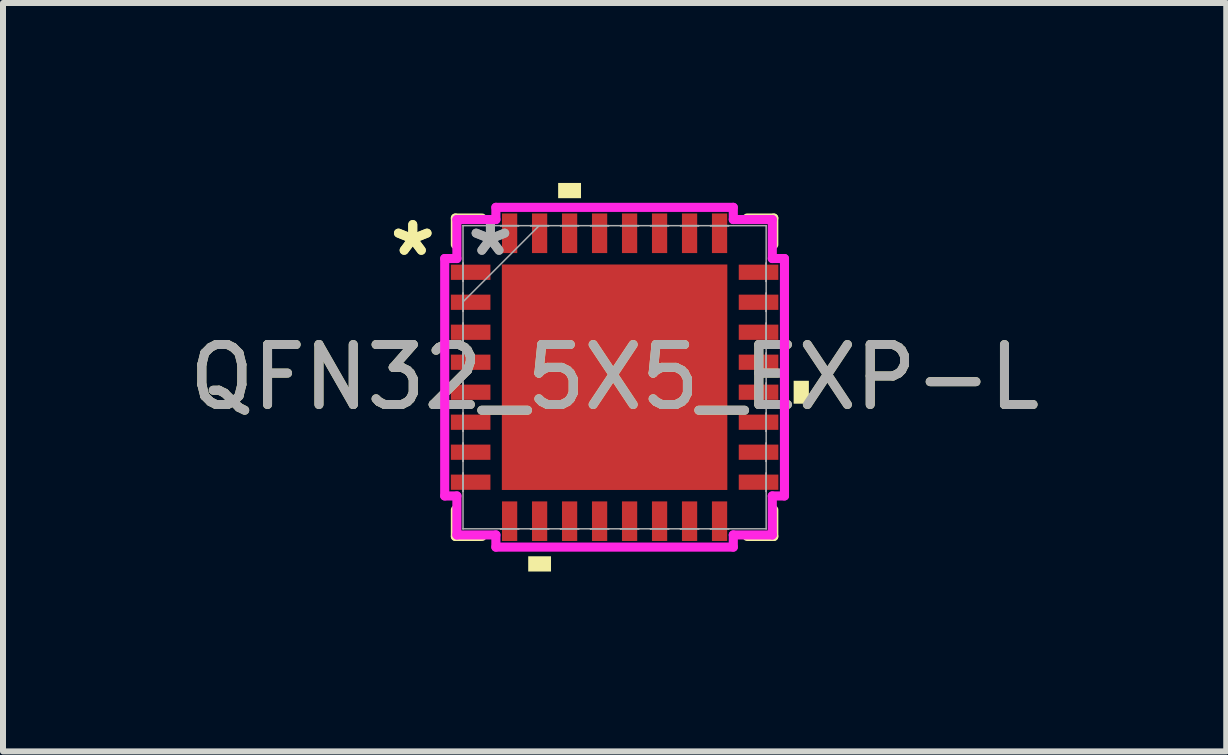
<source format=kicad_pcb>
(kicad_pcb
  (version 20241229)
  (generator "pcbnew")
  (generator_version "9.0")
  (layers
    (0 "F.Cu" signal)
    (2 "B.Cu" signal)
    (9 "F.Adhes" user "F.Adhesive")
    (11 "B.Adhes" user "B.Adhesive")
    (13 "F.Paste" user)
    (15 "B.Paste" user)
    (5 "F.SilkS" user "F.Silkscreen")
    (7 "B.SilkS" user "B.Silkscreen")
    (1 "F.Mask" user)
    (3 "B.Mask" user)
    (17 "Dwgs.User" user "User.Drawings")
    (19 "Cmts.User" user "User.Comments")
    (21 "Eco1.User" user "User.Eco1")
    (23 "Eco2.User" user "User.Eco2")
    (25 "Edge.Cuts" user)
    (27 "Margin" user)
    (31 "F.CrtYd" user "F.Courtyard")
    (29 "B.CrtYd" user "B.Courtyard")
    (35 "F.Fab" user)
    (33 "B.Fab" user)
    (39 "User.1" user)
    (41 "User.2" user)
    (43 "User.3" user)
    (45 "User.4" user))
  (footprint "QFN32_5X5_EXP-L"
    (layer "F.Cu")
    (at 7.196 3.239)
    (property "Reference" "QFN32_5X5_EXP-L" (at 0 0 0) (unlocked yes) (layer "F.SilkS") (effects (font (size 1 1) (thickness 0.15))))
    (attr smd)
    (fp_line (start -2.654 -2.654) (end -2.654 -2.21) (stroke (width 0.152) (type solid)) (layer "F.SilkS"))
    (fp_line (start -2.654 2.21) (end -2.654 2.654) (stroke (width 0.152) (type solid)) (layer "F.SilkS"))
    (fp_line (start -2.654 2.654) (end -2.21 2.654) (stroke (width 0.152) (type solid)) (layer "F.SilkS"))
    (fp_line (start -2.21 -2.654) (end -2.654 -2.654) (stroke (width 0.152) (type solid)) (layer "F.SilkS"))
    (fp_line (start 2.21 2.654) (end 2.654 2.654) (stroke (width 0.152) (type solid)) (layer "F.SilkS"))
    (fp_line (start 2.654 -2.654) (end 2.21 -2.654) (stroke (width 0.152) (type solid)) (layer "F.SilkS"))
    (fp_line (start 2.654 -2.21) (end 2.654 -2.654) (stroke (width 0.152) (type solid)) (layer "F.SilkS"))
    (fp_line (start 2.654 2.654) (end 2.654 2.21) (stroke (width 0.152) (type solid)) (layer "F.SilkS"))
    (fp_poly (pts (xy -1.44 2.985) (xy -1.44 3.239) (xy -1.06 3.239) (xy -1.06 2.985)) (stroke (width 0) (type solid)) (fill yes) (layer "F.SilkS"))
    (fp_poly (pts (xy -0.941 -2.985) (xy -0.941 -3.239) (xy -0.56 -3.239) (xy -0.56 -2.985)) (stroke (width 0) (type solid)) (fill yes) (layer "F.SilkS"))
    (fp_poly (pts (xy 3.239 0.059) (xy 3.239 0.441) (xy 2.985 0.441) (xy 2.985 0.059)) (stroke (width 0) (type solid)) (fill yes) (layer "F.SilkS"))
    (fp_poly (pts (xy -1.78 -1.78) (xy -1.78 -0.1) (xy -0.1 -0.1) (xy -0.1 -1.78)) (stroke (width 0) (type solid)) (fill yes) (layer "F.Paste"))
    (fp_poly (pts (xy -1.78 0.1) (xy -1.78 1.78) (xy -0.1 1.78) (xy -0.1 0.1)) (stroke (width 0) (type solid)) (fill yes) (layer "F.Paste"))
    (fp_poly (pts (xy 0.1 -1.78) (xy 0.1 -0.1) (xy 1.78 -0.1) (xy 1.78 -1.78)) (stroke (width 0) (type solid)) (fill yes) (layer "F.Paste"))
    (fp_poly (pts (xy 0.1 0.1) (xy 0.1 1.78) (xy 1.78 1.78) (xy 1.78 0.1)) (stroke (width 0) (type solid)) (fill yes) (layer "F.Paste"))
    (fp_line (start -2.832 -1.979) (end -2.629 -1.979) (stroke (width 0.152) (type solid)) (layer "F.CrtYd"))
    (fp_line (start -2.832 1.979) (end -2.832 -1.979) (stroke (width 0.152) (type solid)) (layer "F.CrtYd"))
    (fp_line (start -2.629 -2.629) (end -1.979 -2.629) (stroke (width 0.152) (type solid)) (layer "F.CrtYd"))
    (fp_line (start -2.629 -1.979) (end -2.629 -2.629) (stroke (width 0.152) (type solid)) (layer "F.CrtYd"))
    (fp_line (start -2.629 1.979) (end -2.832 1.979) (stroke (width 0.152) (type solid)) (layer "F.CrtYd"))
    (fp_line (start -2.629 2.629) (end -2.629 1.979) (stroke (width 0.152) (type solid)) (layer "F.CrtYd"))
    (fp_line (start -1.979 -2.832) (end 1.979 -2.832) (stroke (width 0.152) (type solid)) (layer "F.CrtYd"))
    (fp_line (start -1.979 -2.629) (end -1.979 -2.832) (stroke (width 0.152) (type solid)) (layer "F.CrtYd"))
    (fp_line (start -1.979 2.629) (end -2.629 2.629) (stroke (width 0.152) (type solid)) (layer "F.CrtYd"))
    (fp_line (start -1.979 2.832) (end -1.979 2.629) (stroke (width 0.152) (type solid)) (layer "F.CrtYd"))
    (fp_line (start 1.979 -2.832) (end 1.979 -2.629) (stroke (width 0.152) (type solid)) (layer "F.CrtYd"))
    (fp_line (start 1.979 -2.629) (end 2.629 -2.629) (stroke (width 0.152) (type solid)) (layer "F.CrtYd"))
    (fp_line (start 1.979 2.629) (end 1.979 2.832) (stroke (width 0.152) (type solid)) (layer "F.CrtYd"))
    (fp_line (start 1.979 2.832) (end -1.979 2.832) (stroke (width 0.152) (type solid)) (layer "F.CrtYd"))
    (fp_line (start 2.629 -2.629) (end 2.629 -1.979) (stroke (width 0.152) (type solid)) (layer "F.CrtYd"))
    (fp_line (start 2.629 -1.979) (end 2.832 -1.979) (stroke (width 0.152) (type solid)) (layer "F.CrtYd"))
    (fp_line (start 2.629 1.979) (end 2.629 2.629) (stroke (width 0.152) (type solid)) (layer "F.CrtYd"))
    (fp_line (start 2.629 2.629) (end 1.979 2.629) (stroke (width 0.152) (type solid)) (layer "F.CrtYd"))
    (fp_line (start 2.832 -1.979) (end 2.832 1.979) (stroke (width 0.152) (type solid)) (layer "F.CrtYd"))
    (fp_line (start 2.832 1.979) (end 2.629 1.979) (stroke (width 0.152) (type solid)) (layer "F.CrtYd"))
    (fp_line (start -2.527 -2.527) (end -2.527 -2.527) (stroke (width 0.025) (type solid)) (layer "F.Fab"))
    (fp_line (start -2.527 -2.527) (end -2.527 2.527) (stroke (width 0.025) (type solid)) (layer "F.Fab"))
    (fp_line (start -2.527 -1.902) (end -2.527 -1.902) (stroke (width 0.025) (type solid)) (layer "F.Fab"))
    (fp_line (start -2.527 -1.902) (end -2.527 -1.598) (stroke (width 0.025) (type solid)) (layer "F.Fab"))
    (fp_line (start -2.527 -1.598) (end -2.527 -1.902) (stroke (width 0.025) (type solid)) (layer "F.Fab"))
    (fp_line (start -2.527 -1.598) (end -2.527 -1.598) (stroke (width 0.025) (type solid)) (layer "F.Fab"))
    (fp_line (start -2.527 -1.402) (end -2.527 -1.402) (stroke (width 0.025) (type solid)) (layer "F.Fab"))
    (fp_line (start -2.527 -1.402) (end -2.527 -1.098) (stroke (width 0.025) (type solid)) (layer "F.Fab"))
    (fp_line (start -2.527 -1.257) (end -1.257 -2.527) (stroke (width 0.025) (type solid)) (layer "F.Fab"))
    (fp_line (start -2.527 -1.098) (end -2.527 -1.402) (stroke (width 0.025) (type solid)) (layer "F.Fab"))
    (fp_line (start -2.527 -1.098) (end -2.527 -1.098) (stroke (width 0.025) (type solid)) (layer "F.Fab"))
    (fp_line (start -2.527 -0.902) (end -2.527 -0.902) (stroke (width 0.025) (type solid)) (layer "F.Fab"))
    (fp_line (start -2.527 -0.902) (end -2.527 -0.598) (stroke (width 0.025) (type solid)) (layer "F.Fab"))
    (fp_line (start -2.527 -0.598) (end -2.527 -0.902) (stroke (width 0.025) (type solid)) (layer "F.Fab"))
    (fp_line (start -2.527 -0.598) (end -2.527 -0.598) (stroke (width 0.025) (type solid)) (layer "F.Fab"))
    (fp_line (start -2.527 -0.402) (end -2.527 -0.402) (stroke (width 0.025) (type solid)) (layer "F.Fab"))
    (fp_line (start -2.527 -0.402) (end -2.527 -0.098) (stroke (width 0.025) (type solid)) (layer "F.Fab"))
    (fp_line (start -2.527 -0.098) (end -2.527 -0.402) (stroke (width 0.025) (type solid)) (layer "F.Fab"))
    (fp_line (start -2.527 -0.098) (end -2.527 -0.098) (stroke (width 0.025) (type solid)) (layer "F.Fab"))
    (fp_line (start -2.527 0.098) (end -2.527 0.098) (stroke (width 0.025) (type solid)) (layer "F.Fab"))
    (fp_line (start -2.527 0.098) (end -2.527 0.402) (stroke (width 0.025) (type solid)) (layer "F.Fab"))
    (fp_line (start -2.527 0.402) (end -2.527 0.098) (stroke (width 0.025) (type solid)) (layer "F.Fab"))
    (fp_line (start -2.527 0.402) (end -2.527 0.402) (stroke (width 0.025) (type solid)) (layer "F.Fab"))
    (fp_line (start -2.527 0.598) (end -2.527 0.598) (stroke (width 0.025) (type solid)) (layer "F.Fab"))
    (fp_line (start -2.527 0.598) (end -2.527 0.902) (stroke (width 0.025) (type solid)) (layer "F.Fab"))
    (fp_line (start -2.527 0.902) (end -2.527 0.598) (stroke (width 0.025) (type solid)) (layer "F.Fab"))
    (fp_line (start -2.527 0.902) (end -2.527 0.902) (stroke (width 0.025) (type solid)) (layer "F.Fab"))
    (fp_line (start -2.527 1.098) (end -2.527 1.098) (stroke (width 0.025) (type solid)) (layer "F.Fab"))
    (fp_line (start -2.527 1.098) (end -2.527 1.402) (stroke (width 0.025) (type solid)) (layer "F.Fab"))
    (fp_line (start -2.527 1.402) (end -2.527 1.098) (stroke (width 0.025) (type solid)) (layer "F.Fab"))
    (fp_line (start -2.527 1.402) (end -2.527 1.402) (stroke (width 0.025) (type solid)) (layer "F.Fab"))
    (fp_line (start -2.527 1.598) (end -2.527 1.598) (stroke (width 0.025) (type solid)) (layer "F.Fab"))
    (fp_line (start -2.527 1.598) (end -2.527 1.902) (stroke (width 0.025) (type solid)) (layer "F.Fab"))
    (fp_line (start -2.527 1.902) (end -2.527 1.598) (stroke (width 0.025) (type solid)) (layer "F.Fab"))
    (fp_line (start -2.527 1.902) (end -2.527 1.902) (stroke (width 0.025) (type solid)) (layer "F.Fab"))
    (fp_line (start -2.527 2.527) (end -2.527 2.527) (stroke (width 0.025) (type solid)) (layer "F.Fab"))
    (fp_line (start -2.527 2.527) (end 2.527 2.527) (stroke (width 0.025) (type solid)) (layer "F.Fab"))
    (fp_line (start -1.902 -2.527) (end -1.902 -2.527) (stroke (width 0.025) (type solid)) (layer "F.Fab"))
    (fp_line (start -1.902 -2.527) (end -1.598 -2.527) (stroke (width 0.025) (type solid)) (layer "F.Fab"))
    (fp_line (start -1.902 2.527) (end -1.902 2.527) (stroke (width 0.025) (type solid)) (layer "F.Fab"))
    (fp_line (start -1.902 2.527) (end -1.598 2.527) (stroke (width 0.025) (type solid)) (layer "F.Fab"))
    (fp_line (start -1.598 -2.527) (end -1.902 -2.527) (stroke (width 0.025) (type solid)) (layer "F.Fab"))
    (fp_line (start -1.598 -2.527) (end -1.598 -2.527) (stroke (width 0.025) (type solid)) (layer "F.Fab"))
    (fp_line (start -1.598 2.527) (end -1.902 2.527) (stroke (width 0.025) (type solid)) (layer "F.Fab"))
    (fp_line (start -1.598 2.527) (end -1.598 2.527) (stroke (width 0.025) (type solid)) (layer "F.Fab"))
    (fp_line (start -1.402 -2.527) (end -1.402 -2.527) (stroke (width 0.025) (type solid)) (layer "F.Fab"))
    (fp_line (start -1.402 -2.527) (end -1.098 -2.527) (stroke (width 0.025) (type solid)) (layer "F.Fab"))
    (fp_line (start -1.402 2.527) (end -1.402 2.527) (stroke (width 0.025) (type solid)) (layer "F.Fab"))
    (fp_line (start -1.402 2.527) (end -1.098 2.527) (stroke (width 0.025) (type solid)) (layer "F.Fab"))
    (fp_line (start -1.098 -2.527) (end -1.402 -2.527) (stroke (width 0.025) (type solid)) (layer "F.Fab"))
    (fp_line (start -1.098 -2.527) (end -1.098 -2.527) (stroke (width 0.025) (type solid)) (layer "F.Fab"))
    (fp_line (start -1.098 2.527) (end -1.402 2.527) (stroke (width 0.025) (type solid)) (layer "F.Fab"))
    (fp_line (start -1.098 2.527) (end -1.098 2.527) (stroke (width 0.025) (type solid)) (layer "F.Fab"))
    (fp_line (start -0.902 -2.527) (end -0.902 -2.527) (stroke (width 0.025) (type solid)) (layer "F.Fab"))
    (fp_line (start -0.902 -2.527) (end -0.598 -2.527) (stroke (width 0.025) (type solid)) (layer "F.Fab"))
    (fp_line (start -0.902 2.527) (end -0.902 2.527) (stroke (width 0.025) (type solid)) (layer "F.Fab"))
    (fp_line (start -0.902 2.527) (end -0.598 2.527) (stroke (width 0.025) (type solid)) (layer "F.Fab"))
    (fp_line (start -0.598 -2.527) (end -0.902 -2.527) (stroke (width 0.025) (type solid)) (layer "F.Fab"))
    (fp_line (start -0.598 -2.527) (end -0.598 -2.527) (stroke (width 0.025) (type solid)) (layer "F.Fab"))
    (fp_line (start -0.598 2.527) (end -0.902 2.527) (stroke (width 0.025) (type solid)) (layer "F.Fab"))
    (fp_line (start -0.598 2.527) (end -0.598 2.527) (stroke (width 0.025) (type solid)) (layer "F.Fab"))
    (fp_line (start -0.402 -2.527) (end -0.402 -2.527) (stroke (width 0.025) (type solid)) (layer "F.Fab"))
    (fp_line (start -0.402 -2.527) (end -0.098 -2.527) (stroke (width 0.025) (type solid)) (layer "F.Fab"))
    (fp_line (start -0.402 2.527) (end -0.402 2.527) (stroke (width 0.025) (type solid)) (layer "F.Fab"))
    (fp_line (start -0.402 2.527) (end -0.098 2.527) (stroke (width 0.025) (type solid)) (layer "F.Fab"))
    (fp_line (start -0.098 -2.527) (end -0.402 -2.527) (stroke (width 0.025) (type solid)) (layer "F.Fab"))
    (fp_line (start -0.098 -2.527) (end -0.098 -2.527) (stroke (width 0.025) (type solid)) (layer "F.Fab"))
    (fp_line (start -0.098 2.527) (end -0.402 2.527) (stroke (width 0.025) (type solid)) (layer "F.Fab"))
    (fp_line (start -0.098 2.527) (end -0.098 2.527) (stroke (width 0.025) (type solid)) (layer "F.Fab"))
    (fp_line (start 0.098 -2.527) (end 0.098 -2.527) (stroke (width 0.025) (type solid)) (layer "F.Fab"))
    (fp_line (start 0.098 -2.527) (end 0.402 -2.527) (stroke (width 0.025) (type solid)) (layer "F.Fab"))
    (fp_line (start 0.098 2.527) (end 0.098 2.527) (stroke (width 0.025) (type solid)) (layer "F.Fab"))
    (fp_line (start 0.098 2.527) (end 0.402 2.527) (stroke (width 0.025) (type solid)) (layer "F.Fab"))
    (fp_line (start 0.402 -2.527) (end 0.098 -2.527) (stroke (width 0.025) (type solid)) (layer "F.Fab"))
    (fp_line (start 0.402 -2.527) (end 0.402 -2.527) (stroke (width 0.025) (type solid)) (layer "F.Fab"))
    (fp_line (start 0.402 2.527) (end 0.098 2.527) (stroke (width 0.025) (type solid)) (layer "F.Fab"))
    (fp_line (start 0.402 2.527) (end 0.402 2.527) (stroke (width 0.025) (type solid)) (layer "F.Fab"))
    (fp_line (start 0.598 -2.527) (end 0.598 -2.527) (stroke (width 0.025) (type solid)) (layer "F.Fab"))
    (fp_line (start 0.598 -2.527) (end 0.902 -2.527) (stroke (width 0.025) (type solid)) (layer "F.Fab"))
    (fp_line (start 0.598 2.527) (end 0.598 2.527) (stroke (width 0.025) (type solid)) (layer "F.Fab"))
    (fp_line (start 0.598 2.527) (end 0.902 2.527) (stroke (width 0.025) (type solid)) (layer "F.Fab"))
    (fp_line (start 0.902 -2.527) (end 0.598 -2.527) (stroke (width 0.025) (type solid)) (layer "F.Fab"))
    (fp_line (start 0.902 -2.527) (end 0.902 -2.527) (stroke (width 0.025) (type solid)) (layer "F.Fab"))
    (fp_line (start 0.902 2.527) (end 0.598 2.527) (stroke (width 0.025) (type solid)) (layer "F.Fab"))
    (fp_line (start 0.902 2.527) (end 0.902 2.527) (stroke (width 0.025) (type solid)) (layer "F.Fab"))
    (fp_line (start 1.098 -2.527) (end 1.098 -2.527) (stroke (width 0.025) (type solid)) (layer "F.Fab"))
    (fp_line (start 1.098 -2.527) (end 1.402 -2.527) (stroke (width 0.025) (type solid)) (layer "F.Fab"))
    (fp_line (start 1.098 2.527) (end 1.098 2.527) (stroke (width 0.025) (type solid)) (layer "F.Fab"))
    (fp_line (start 1.098 2.527) (end 1.402 2.527) (stroke (width 0.025) (type solid)) (layer "F.Fab"))
    (fp_line (start 1.402 -2.527) (end 1.098 -2.527) (stroke (width 0.025) (type solid)) (layer "F.Fab"))
    (fp_line (start 1.402 -2.527) (end 1.402 -2.527) (stroke (width 0.025) (type solid)) (layer "F.Fab"))
    (fp_line (start 1.402 2.527) (end 1.098 2.527) (stroke (width 0.025) (type solid)) (layer "F.Fab"))
    (fp_line (start 1.402 2.527) (end 1.402 2.527) (stroke (width 0.025) (type solid)) (layer "F.Fab"))
    (fp_line (start 1.598 -2.527) (end 1.598 -2.527) (stroke (width 0.025) (type solid)) (layer "F.Fab"))
    (fp_line (start 1.598 -2.527) (end 1.902 -2.527) (stroke (width 0.025) (type solid)) (layer "F.Fab"))
    (fp_line (start 1.598 2.527) (end 1.598 2.527) (stroke (width 0.025) (type solid)) (layer "F.Fab"))
    (fp_line (start 1.598 2.527) (end 1.902 2.527) (stroke (width 0.025) (type solid)) (layer "F.Fab"))
    (fp_line (start 1.902 -2.527) (end 1.598 -2.527) (stroke (width 0.025) (type solid)) (layer "F.Fab"))
    (fp_line (start 1.902 -2.527) (end 1.902 -2.527) (stroke (width 0.025) (type solid)) (layer "F.Fab"))
    (fp_line (start 1.902 2.527) (end 1.598 2.527) (stroke (width 0.025) (type solid)) (layer "F.Fab"))
    (fp_line (start 1.902 2.527) (end 1.902 2.527) (stroke (width 0.025) (type solid)) (layer "F.Fab"))
    (fp_line (start 2.527 -2.527) (end -2.527 -2.527) (stroke (width 0.025) (type solid)) (layer "F.Fab"))
    (fp_line (start 2.527 -2.527) (end 2.527 -2.527) (stroke (width 0.025) (type solid)) (layer "F.Fab"))
    (fp_line (start 2.527 -1.902) (end 2.527 -1.902) (stroke (width 0.025) (type solid)) (layer "F.Fab"))
    (fp_line (start 2.527 -1.902) (end 2.527 -1.598) (stroke (width 0.025) (type solid)) (layer "F.Fab"))
    (fp_line (start 2.527 -1.598) (end 2.527 -1.902) (stroke (width 0.025) (type solid)) (layer "F.Fab"))
    (fp_line (start 2.527 -1.598) (end 2.527 -1.598) (stroke (width 0.025) (type solid)) (layer "F.Fab"))
    (fp_line (start 2.527 -1.402) (end 2.527 -1.402) (stroke (width 0.025) (type solid)) (layer "F.Fab"))
    (fp_line (start 2.527 -1.402) (end 2.527 -1.098) (stroke (width 0.025) (type solid)) (layer "F.Fab"))
    (fp_line (start 2.527 -1.098) (end 2.527 -1.402) (stroke (width 0.025) (type solid)) (layer "F.Fab"))
    (fp_line (start 2.527 -1.098) (end 2.527 -1.098) (stroke (width 0.025) (type solid)) (layer "F.Fab"))
    (fp_line (start 2.527 -0.902) (end 2.527 -0.902) (stroke (width 0.025) (type solid)) (layer "F.Fab"))
    (fp_line (start 2.527 -0.902) (end 2.527 -0.598) (stroke (width 0.025) (type solid)) (layer "F.Fab"))
    (fp_line (start 2.527 -0.598) (end 2.527 -0.902) (stroke (width 0.025) (type solid)) (layer "F.Fab"))
    (fp_line (start 2.527 -0.598) (end 2.527 -0.598) (stroke (width 0.025) (type solid)) (layer "F.Fab"))
    (fp_line (start 2.527 -0.402) (end 2.527 -0.402) (stroke (width 0.025) (type solid)) (layer "F.Fab"))
    (fp_line (start 2.527 -0.402) (end 2.527 -0.098) (stroke (width 0.025) (type solid)) (layer "F.Fab"))
    (fp_line (start 2.527 -0.098) (end 2.527 -0.402) (stroke (width 0.025) (type solid)) (layer "F.Fab"))
    (fp_line (start 2.527 -0.098) (end 2.527 -0.098) (stroke (width 0.025) (type solid)) (layer "F.Fab"))
    (fp_line (start 2.527 0.098) (end 2.527 0.098) (stroke (width 0.025) (type solid)) (layer "F.Fab"))
    (fp_line (start 2.527 0.098) (end 2.527 0.402) (stroke (width 0.025) (type solid)) (layer "F.Fab"))
    (fp_line (start 2.527 0.402) (end 2.527 0.098) (stroke (width 0.025) (type solid)) (layer "F.Fab"))
    (fp_line (start 2.527 0.402) (end 2.527 0.402) (stroke (width 0.025) (type solid)) (layer "F.Fab"))
    (fp_line (start 2.527 0.598) (end 2.527 0.598) (stroke (width 0.025) (type solid)) (layer "F.Fab"))
    (fp_line (start 2.527 0.598) (end 2.527 0.902) (stroke (width 0.025) (type solid)) (layer "F.Fab"))
    (fp_line (start 2.527 0.902) (end 2.527 0.598) (stroke (width 0.025) (type solid)) (layer "F.Fab"))
    (fp_line (start 2.527 0.902) (end 2.527 0.902) (stroke (width 0.025) (type solid)) (layer "F.Fab"))
    (fp_line (start 2.527 1.098) (end 2.527 1.098) (stroke (width 0.025) (type solid)) (layer "F.Fab"))
    (fp_line (start 2.527 1.098) (end 2.527 1.402) (stroke (width 0.025) (type solid)) (layer "F.Fab"))
    (fp_line (start 2.527 1.402) (end 2.527 1.098) (stroke (width 0.025) (type solid)) (layer "F.Fab"))
    (fp_line (start 2.527 1.402) (end 2.527 1.402) (stroke (width 0.025) (type solid)) (layer "F.Fab"))
    (fp_line (start 2.527 1.598) (end 2.527 1.598) (stroke (width 0.025) (type solid)) (layer "F.Fab"))
    (fp_line (start 2.527 1.598) (end 2.527 1.902) (stroke (width 0.025) (type solid)) (layer "F.Fab"))
    (fp_line (start 2.527 1.902) (end 2.527 1.598) (stroke (width 0.025) (type solid)) (layer "F.Fab"))
    (fp_line (start 2.527 1.902) (end 2.527 1.902) (stroke (width 0.025) (type solid)) (layer "F.Fab"))
    (fp_line (start 2.527 2.527) (end 2.527 -2.527) (stroke (width 0.025) (type solid)) (layer "F.Fab"))
    (fp_line (start 2.527 2.527) (end 2.527 2.527) (stroke (width 0.025) (type solid)) (layer "F.Fab"))
    (fp_text user "*" (at -3.365 -2 0) (unlocked yes) (layer "F.SilkS") (effects (font (size 1 1) (thickness 0.15))))
    (fp_text user "*" (at -3.365 -2 0) (layer "F.SilkS") (effects (font (size 1 1) (thickness 0.15))))
    (fp_text user "*" (at -2.07 -2 0) (layer "F.Fab") (effects (font (size 1 1) (thickness 0.15))))
    (fp_text user "*" (at -2.07 -2 0) (unlocked yes) (layer "F.Fab") (effects (font (size 1 1) (thickness 0.15))))
    (fp_text user "${REFERENCE}" (at 0 0 0) (unlocked yes) (layer "F.Fab") (effects (font (size 1 1) (thickness 0.15))))
    (pad "1" smd rect (at -2.4 -1.75 90) (size 0.254 0.66) (layers "F.Cu" "F.Mask" "F.Paste"))
    (pad "2" smd rect (at -2.4 -1.25 90) (size 0.254 0.66) (layers "F.Cu" "F.Mask" "F.Paste"))
    (pad "3" smd rect (at -2.4 -0.75 90) (size 0.254 0.66) (layers "F.Cu" "F.Mask" "F.Paste"))
    (pad "4" smd rect (at -2.4 -0.25 90) (size 0.254 0.66) (layers "F.Cu" "F.Mask" "F.Paste"))
    (pad "5" smd rect (at -2.4 0.25 90) (size 0.254 0.66) (layers "F.Cu" "F.Mask" "F.Paste"))
    (pad "6" smd rect (at -2.4 0.75 90) (size 0.254 0.66) (layers "F.Cu" "F.Mask" "F.Paste"))
    (pad "7" smd rect (at -2.4 1.25 90) (size 0.254 0.66) (layers "F.Cu" "F.Mask" "F.Paste"))
    (pad "8" smd rect (at -2.4 1.75 90) (size 0.254 0.66) (layers "F.Cu" "F.Mask" "F.Paste"))
    (pad "9" smd rect (at -1.75 2.4) (size 0.254 0.66) (layers "F.Cu" "F.Mask" "F.Paste"))
    (pad "10" smd rect (at -1.25 2.4) (size 0.254 0.66) (layers "F.Cu" "F.Mask" "F.Paste"))
    (pad "11" smd rect (at -0.75 2.4) (size 0.254 0.66) (layers "F.Cu" "F.Mask" "F.Paste"))
    (pad "12" smd rect (at -0.25 2.4) (size 0.254 0.66) (layers "F.Cu" "F.Mask" "F.Paste"))
    (pad "13" smd rect (at 0.25 2.4) (size 0.254 0.66) (layers "F.Cu" "F.Mask" "F.Paste"))
    (pad "14" smd rect (at 0.75 2.4) (size 0.254 0.66) (layers "F.Cu" "F.Mask" "F.Paste"))
    (pad "15" smd rect (at 1.25 2.4) (size 0.254 0.66) (layers "F.Cu" "F.Mask" "F.Paste"))
    (pad "16" smd rect (at 1.75 2.4) (size 0.254 0.66) (layers "F.Cu" "F.Mask" "F.Paste"))
    (pad "17" smd rect (at 2.4 1.75 90) (size 0.254 0.66) (layers "F.Cu" "F.Mask" "F.Paste"))
    (pad "18" smd rect (at 2.4 1.25 90) (size 0.254 0.66) (layers "F.Cu" "F.Mask" "F.Paste"))
    (pad "19" smd rect (at 2.4 0.75 90) (size 0.254 0.66) (layers "F.Cu" "F.Mask" "F.Paste"))
    (pad "20" smd rect (at 2.4 0.25 90) (size 0.254 0.66) (layers "F.Cu" "F.Mask" "F.Paste"))
    (pad "21" smd rect (at 2.4 -0.25 90) (size 0.254 0.66) (layers "F.Cu" "F.Mask" "F.Paste"))
    (pad "22" smd rect (at 2.4 -0.75 90) (size 0.254 0.66) (layers "F.Cu" "F.Mask" "F.Paste"))
    (pad "23" smd rect (at 2.4 -1.25 90) (size 0.254 0.66) (layers "F.Cu" "F.Mask" "F.Paste"))
    (pad "24" smd rect (at 2.4 -1.75 90) (size 0.254 0.66) (layers "F.Cu" "F.Mask" "F.Paste"))
    (pad "25" smd rect (at 1.75 -2.4) (size 0.254 0.66) (layers "F.Cu" "F.Mask" "F.Paste"))
    (pad "26" smd rect (at 1.25 -2.4) (size 0.254 0.66) (layers "F.Cu" "F.Mask" "F.Paste"))
    (pad "27" smd rect (at 0.75 -2.4) (size 0.254 0.66) (layers "F.Cu" "F.Mask" "F.Paste"))
    (pad "28" smd rect (at 0.25 -2.4) (size 0.254 0.66) (layers "F.Cu" "F.Mask" "F.Paste"))
    (pad "29" smd rect (at -0.25 -2.4) (size 0.254 0.66) (layers "F.Cu" "F.Mask" "F.Paste"))
    (pad "30" smd rect (at -0.75 -2.4) (size 0.254 0.66) (layers "F.Cu" "F.Mask" "F.Paste"))
    (pad "31" smd rect (at -1.25 -2.4) (size 0.254 0.66) (layers "F.Cu" "F.Mask" "F.Paste"))
    (pad "32" smd rect (at -1.75 -2.4) (size 0.254 0.66) (layers "F.Cu" "F.Mask" "F.Paste"))
    (pad "33" smd rect (at 0 0) (size 3.759 3.759) (layers "F.Cu" "F.Mask")))
  (gr_rect
    (start -3 -3)
    (end 17.393 9.477)
    (stroke (width 0.1) (type default))
    (fill no)
    (layer "Edge.Cuts")))
</source>
